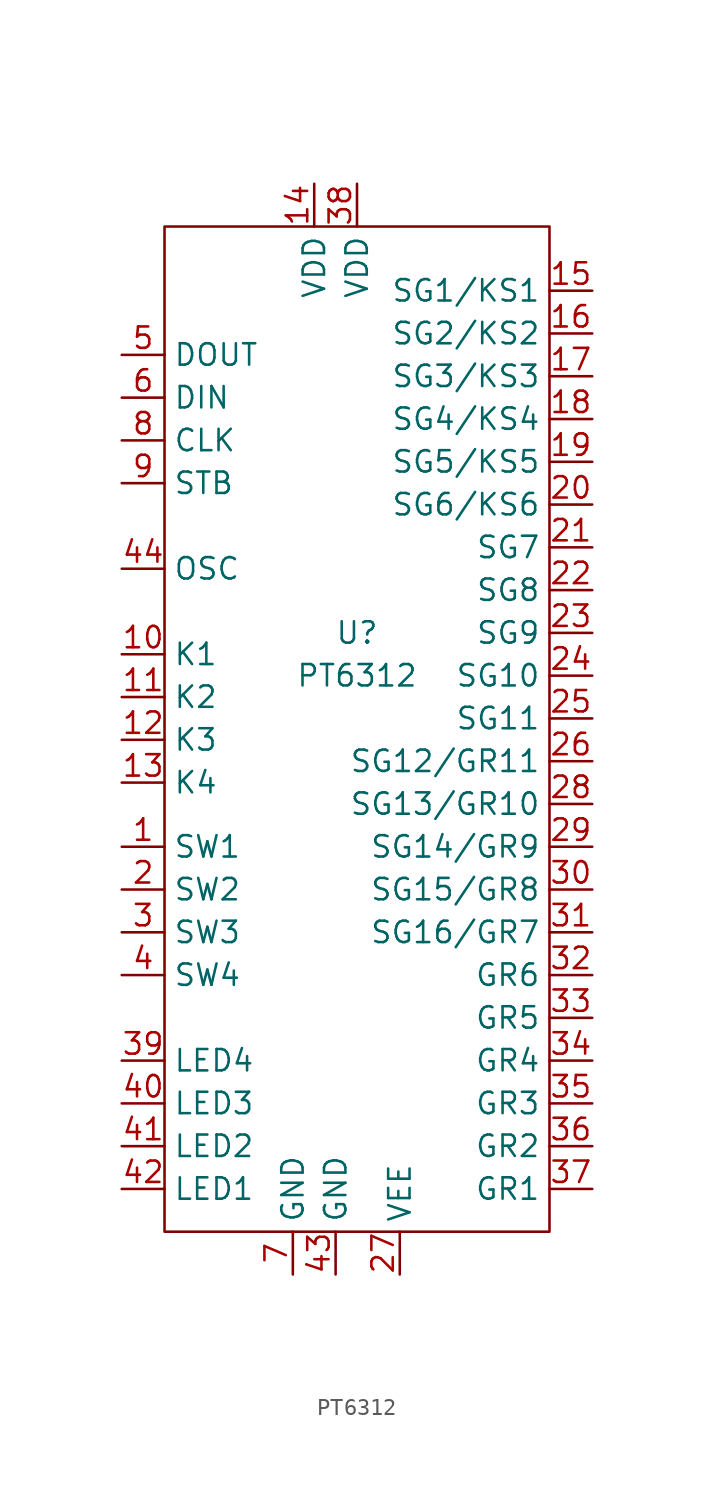
<source format=kicad_sym>
(kicad_symbol_lib
  (version 20211014)
  (generator kicad_symbol_editor)
  (symbol "PT6312"
    (property "Reference" "U"
      (at 0 0 0)
      (effects (font (size 1.27 1.27))))
    (property "Value" "PT6312"
      (at 0 -2.54 0)
      (effects (font (size 1.27 1.27))))
    (symbol "PT6312_0_0"
      (pin input line (at -13.97 -1.27 0) (length 2.54) (name "K1" (effects (font (size 1.27 1.27)))) (number "10" (effects (font (size 1.27 1.27)))))
      (pin input line (at -13.97 -3.81 0) (length 2.54) (name "K2" (effects (font (size 1.27 1.27)))) (number "11" (effects (font (size 1.27 1.27)))))
      (pin input line (at -13.97 -6.35 0) (length 2.54) (name "K3" (effects (font (size 1.27 1.27)))) (number "12" (effects (font (size 1.27 1.27)))))
      (pin input line (at -13.97 -8.89 0) (length 2.54) (name "K4" (effects (font (size 1.27 1.27)))) (number "13" (effects (font (size 1.27 1.27)))))
      (pin power_in line (at -2.54 26.67 270) (length 2.54) (name "VDD" (effects (font (size 1.27 1.27)))) (number "14" (effects (font (size 1.27 1.27)))))
      (pin output line (at 13.97 20.32 180) (length 2.54) (name "SG1/KS1" (effects (font (size 1.27 1.27)))) (number "15" (effects (font (size 1.27 1.27)))))
      (pin output line (at 13.97 17.78 180) (length 2.54) (name "SG2/KS2" (effects (font (size 1.27 1.27)))) (number "16" (effects (font (size 1.27 1.27)))))
      (pin output line (at 13.97 15.24 180) (length 2.54) (name "SG3/KS3" (effects (font (size 1.27 1.27)))) (number "17" (effects (font (size 1.27 1.27)))))
      (pin output line (at 13.97 12.7 180) (length 2.54) (name "SG4/KS4" (effects (font (size 1.27 1.27)))) (number "18" (effects (font (size 1.27 1.27)))))
      (pin output line (at 13.97 10.16 180) (length 2.54) (name "SG5/KS5" (effects (font (size 1.27 1.27)))) (number "19" (effects (font (size 1.27 1.27)))))
      (pin output line (at 13.97 7.62 180) (length 2.54) (name "SG6/KS6" (effects (font (size 1.27 1.27)))) (number "20" (effects (font (size 1.27 1.27)))))
      (pin output line (at 13.97 5.08 180) (length 2.54) (name "SG7" (effects (font (size 1.27 1.27)))) (number "21" (effects (font (size 1.27 1.27)))))
      (pin output line (at 13.97 2.54 180) (length 2.54) (name "SG8" (effects (font (size 1.27 1.27)))) (number "22" (effects (font (size 1.27 1.27)))))
      (pin output line (at 13.97 0 180) (length 2.54) (name "SG9" (effects (font (size 1.27 1.27)))) (number "23" (effects (font (size 1.27 1.27)))))
      (pin output line (at 13.97 -2.54 180) (length 2.54) (name "SG10" (effects (font (size 1.27 1.27)))) (number "24" (effects (font (size 1.27 1.27)))))
      (pin output line (at 13.97 -5.08 180) (length 2.54) (name "SG11" (effects (font (size 1.27 1.27)))) (number "25" (effects (font (size 1.27 1.27)))))
      (pin output line (at 13.97 -7.62 180) (length 2.54) (name "SG12/GR11" (effects (font (size 1.27 1.27)))) (number "26" (effects (font (size 1.27 1.27)))))
      (pin power_in line (at 2.54 -38.1 90) (length 2.54) (name "VEE" (effects (font (size 1.27 1.27)))) (number "27" (effects (font (size 1.27 1.27)))))
      (pin output line (at 13.97 -10.16 180) (length 2.54) (name "SG13/GR10" (effects (font (size 1.27 1.27)))) (number "28" (effects (font (size 1.27 1.27)))))
      (pin output line (at 13.97 -12.7 180) (length 2.54) (name "SG14/GR9" (effects (font (size 1.27 1.27)))) (number "29" (effects (font (size 1.27 1.27)))))
      (pin output line (at 13.97 -15.24 180) (length 2.54) (name "SG15/GR8" (effects (font (size 1.27 1.27)))) (number "30" (effects (font (size 1.27 1.27)))))
      (pin output line (at 13.97 -17.78 180) (length 2.54) (name "SG16/GR7" (effects (font (size 1.27 1.27)))) (number "31" (effects (font (size 1.27 1.27)))))
      (pin output line (at 13.97 -20.32 180) (length 2.54) (name "GR6" (effects (font (size 1.27 1.27)))) (number "32" (effects (font (size 1.27 1.27)))))
      (pin output line (at 13.97 -22.86 180) (length 2.54) (name "GR5" (effects (font (size 1.27 1.27)))) (number "33" (effects (font (size 1.27 1.27)))))
      (pin output line (at 13.97 -25.4 180) (length 2.54) (name "GR4" (effects (font (size 1.27 1.27)))) (number "34" (effects (font (size 1.27 1.27)))))
      (pin output line (at 13.97 -27.94 180) (length 2.54) (name "GR3" (effects (font (size 1.27 1.27)))) (number "35" (effects (font (size 1.27 1.27)))))
      (pin output line (at 13.97 -30.48 180) (length 2.54) (name "GR2" (effects (font (size 1.27 1.27)))) (number "36" (effects (font (size 1.27 1.27)))))
      (pin output line (at 13.97 -33.02 180) (length 2.54) (name "GR1" (effects (font (size 1.27 1.27)))) (number "37" (effects (font (size 1.27 1.27)))))
      (pin power_in line (at 0 26.67 270) (length 2.54) (name "VDD" (effects (font (size 1.27 1.27)))) (number "38" (effects (font (size 1.27 1.27)))))
      (pin output line (at -13.97 -25.4 0) (length 2.54) (name "LED4" (effects (font (size 1.27 1.27)))) (number "39" (effects (font (size 1.27 1.27)))))
      (pin output line (at -13.97 -27.94 0) (length 2.54) (name "LED3" (effects (font (size 1.27 1.27)))) (number "40" (effects (font (size 1.27 1.27)))))
      (pin output line (at -13.97 -30.48 0) (length 2.54) (name "LED2" (effects (font (size 1.27 1.27)))) (number "41" (effects (font (size 1.27 1.27)))))
      (pin output line (at -13.97 -33.02 0) (length 2.54) (name "LED1" (effects (font (size 1.27 1.27)))) (number "42" (effects (font (size 1.27 1.27)))))
      (pin power_in line (at -1.27 -38.1 90) (length 2.54) (name "GND" (effects (font (size 1.27 1.27)))) (number "43" (effects (font (size 1.27 1.27)))))
      (pin input line (at -13.97 3.81 0) (length 2.54) (name "OSC" (effects (font (size 1.27 1.27)))) (number "44" (effects (font (size 1.27 1.27)))))
      (pin input line (at -13.97 11.43 0) (length 2.54) (name "CLK" (effects (font (size 1.27 1.27)))) (number "8" (effects (font (size 1.27 1.27)))))
      (pin input line (at -13.97 8.89 0) (length 2.54) (name "STB" (effects (font (size 1.27 1.27)))) (number "9" (effects (font (size 1.27 1.27))))))
    (symbol "PT6312_0_1"
      (rectangle (start -11.43 24.13) (end 11.43 -35.56) (stroke (width 0) (type default) (color 0 0 0 0)) (fill (type none))))
    (symbol "PT6312_1_1"
      (pin input line (at -13.97 -12.7 0) (length 2.54) (name "SW1" (effects (font (size 1.27 1.27)))) (number "1" (effects (font (size 1.27 1.27)))))
      (pin input line (at -13.97 -15.24 0) (length 2.54) (name "SW2" (effects (font (size 1.27 1.27)))) (number "2" (effects (font (size 1.27 1.27)))))
      (pin input line (at -13.97 -17.78 0) (length 2.54) (name "SW3" (effects (font (size 1.27 1.27)))) (number "3" (effects (font (size 1.27 1.27)))))
      (pin input line (at -13.97 -20.32 0) (length 2.54) (name "SW4" (effects (font (size 1.27 1.27)))) (number "4" (effects (font (size 1.27 1.27)))))
      (pin output line (at -13.97 16.51 0) (length 2.54) (name "DOUT" (effects (font (size 1.27 1.27)))) (number "5" (effects (font (size 1.27 1.27)))))
      (pin input line (at -13.97 13.97 0) (length 2.54) (name "DIN" (effects (font (size 1.27 1.27)))) (number "6" (effects (font (size 1.27 1.27)))))
      (pin power_in line (at -3.81 -38.1 90) (length 2.54) (name "GND" (effects (font (size 1.27 1.27)))) (number "7" (effects (font (size 1.27 1.27))))))))
</source>
